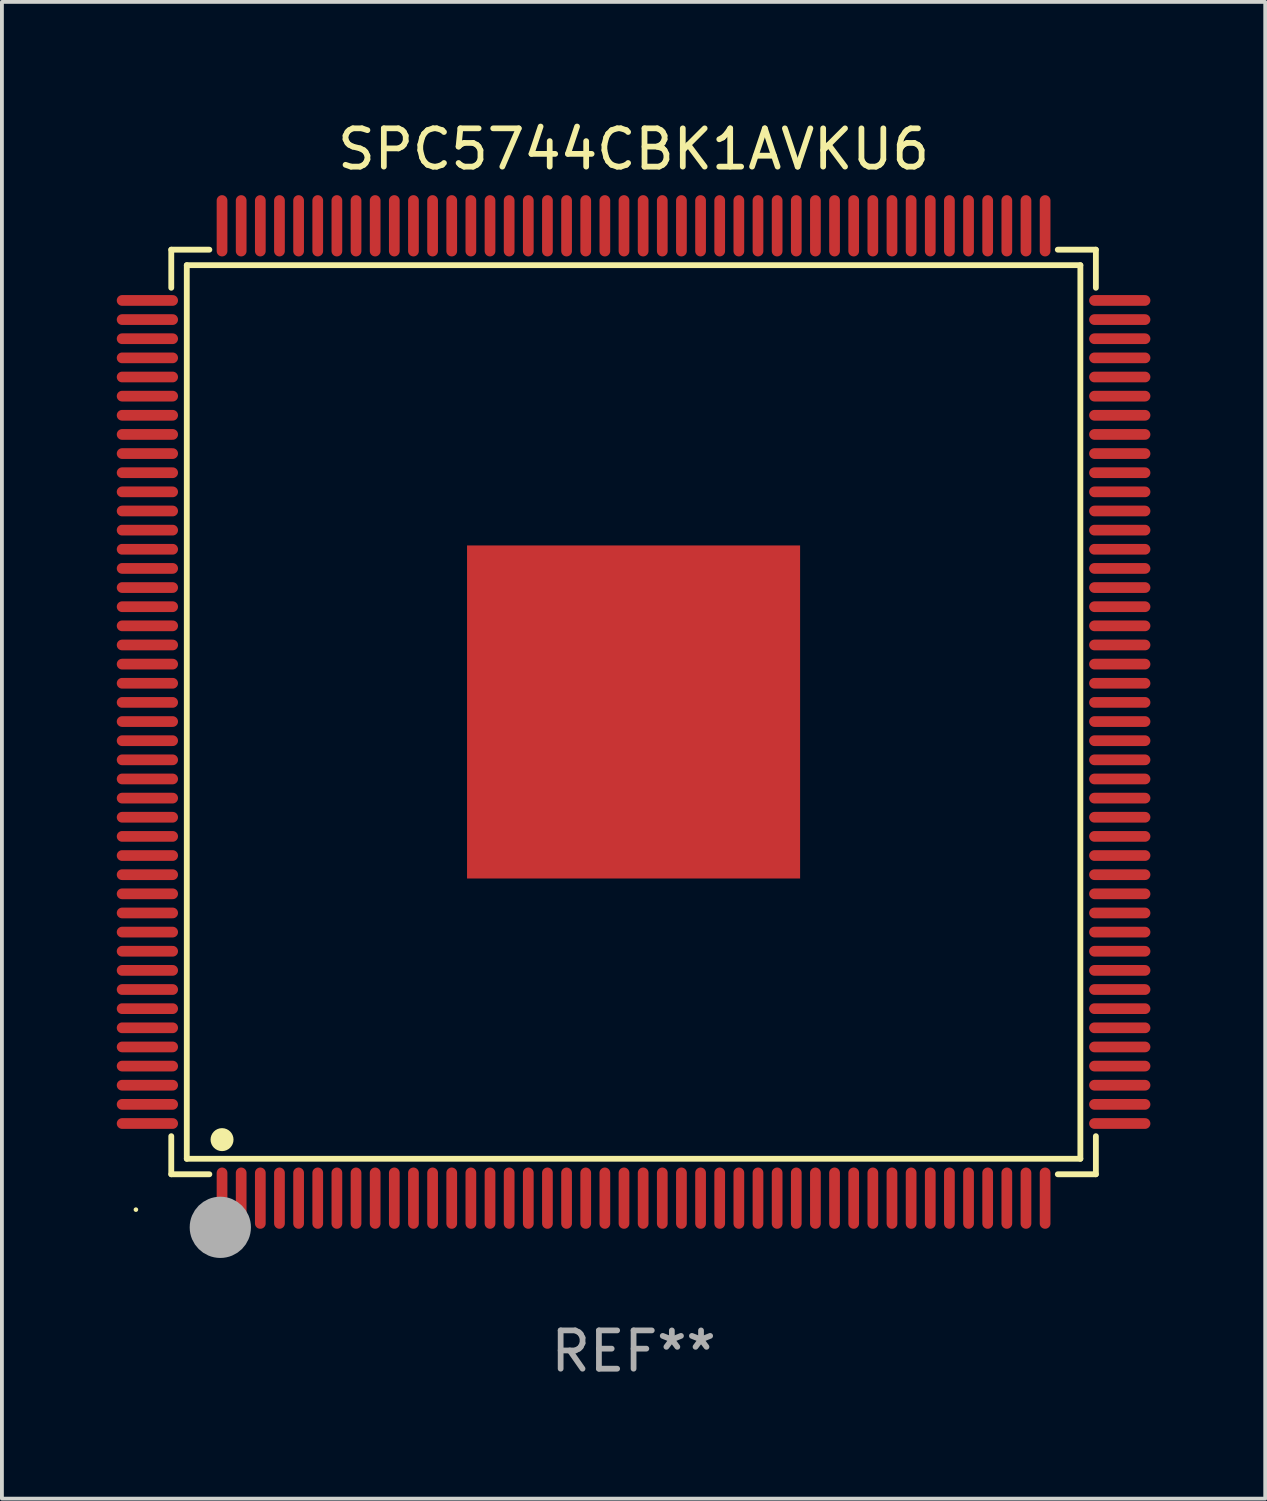
<source format=kicad_pcb>
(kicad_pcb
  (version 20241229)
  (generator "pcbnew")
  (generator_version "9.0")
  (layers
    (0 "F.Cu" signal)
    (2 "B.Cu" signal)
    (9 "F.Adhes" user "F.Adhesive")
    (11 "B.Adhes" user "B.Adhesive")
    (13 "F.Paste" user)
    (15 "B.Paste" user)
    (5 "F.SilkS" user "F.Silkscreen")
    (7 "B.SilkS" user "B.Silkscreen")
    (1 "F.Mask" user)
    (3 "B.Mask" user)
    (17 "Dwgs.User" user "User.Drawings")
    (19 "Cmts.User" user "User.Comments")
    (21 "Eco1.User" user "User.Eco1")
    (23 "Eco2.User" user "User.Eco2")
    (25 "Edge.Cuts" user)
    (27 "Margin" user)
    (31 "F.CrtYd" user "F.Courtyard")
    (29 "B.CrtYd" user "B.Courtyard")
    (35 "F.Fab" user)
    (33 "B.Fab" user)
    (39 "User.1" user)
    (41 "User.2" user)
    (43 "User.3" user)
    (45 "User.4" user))
  (footprint "SPC5744CBK1AVKU6"
    (layer "F.Cu")
    (at 13.5 15.548)
    (property "Reference" "SPC5744CBK1AVKU6" (at 0 -14.7 0) (layer "F.SilkS") (effects (font (size 1 1) (thickness 0.15))))
    (attr through_hole)
    (fp_line (start -12.076 -12.076) (end -11.081 -12.076) (stroke (width 0.152) (type solid)) (layer "F.SilkS"))
    (fp_line (start -12.076 -11.081) (end -12.076 -12.076) (stroke (width 0.152) (type solid)) (layer "F.SilkS"))
    (fp_line (start -12.076 11.081) (end -12.076 12.076) (stroke (width 0.152) (type solid)) (layer "F.SilkS"))
    (fp_line (start -12.076 12.076) (end -11.081 12.076) (stroke (width 0.152) (type solid)) (layer "F.SilkS"))
    (fp_line (start -11.671 -11.671) (end 11.671 -11.671) (stroke (width 0.152) (type solid)) (layer "F.SilkS"))
    (fp_line (start -11.671 11.671) (end -11.671 -11.671) (stroke (width 0.152) (type solid)) (layer "F.SilkS"))
    (fp_line (start 11.671 -11.671) (end 11.671 11.671) (stroke (width 0.152) (type solid)) (layer "F.SilkS"))
    (fp_line (start 11.671 11.671) (end -11.671 11.671) (stroke (width 0.152) (type solid)) (layer "F.SilkS"))
    (fp_line (start 12.076 -12.076) (end 11.081 -12.076) (stroke (width 0.152) (type solid)) (layer "F.SilkS"))
    (fp_line (start 12.076 -11.081) (end 12.076 -12.076) (stroke (width 0.152) (type solid)) (layer "F.SilkS"))
    (fp_line (start 12.076 11.081) (end 12.076 12.076) (stroke (width 0.152) (type solid)) (layer "F.SilkS"))
    (fp_line (start 12.076 12.076) (end 11.081 12.076) (stroke (width 0.152) (type solid)) (layer "F.SilkS"))
    (fp_circle (center -13 13) (end -12.97 13) (stroke (width 0.06) (type solid)) (fill no) (layer "F.SilkS"))
    (fp_circle (center -10.75 11.171) (end -10.6 11.171) (stroke (width 0.3) (type solid)) (fill no) (layer "F.SilkS"))
    (fp_circle (center -10.75 13.8) (end -10.65 13.8) (stroke (width 0.2) (type solid)) (fill no) (layer "F.SilkS"))
    (fp_circle (center -10.795 13.462) (end -10.395 13.462) (stroke (width 0.8) (type solid)) (fill no) (layer "F.Fab"))
    (fp_text user "REF**" (at 0 16.7 0) (layer "F.Fab") (effects (font (size 1 1) (thickness 0.15))))
    (pad "1" smd oval (at -10.75 12.7) (size 0.28 1.6) (layers "F.Cu" "F.Mask" "F.Paste"))
    (pad "2" smd oval (at -10.25 12.7) (size 0.28 1.6) (layers "F.Cu" "F.Mask" "F.Paste"))
    (pad "3" smd oval (at -9.75 12.7) (size 0.28 1.6) (layers "F.Cu" "F.Mask" "F.Paste"))
    (pad "4" smd oval (at -9.25 12.7) (size 0.28 1.6) (layers "F.Cu" "F.Mask" "F.Paste"))
    (pad "5" smd oval (at -8.75 12.7) (size 0.28 1.6) (layers "F.Cu" "F.Mask" "F.Paste"))
    (pad "6" smd oval (at -8.25 12.7) (size 0.28 1.6) (layers "F.Cu" "F.Mask" "F.Paste"))
    (pad "7" smd oval (at -7.75 12.7) (size 0.28 1.6) (layers "F.Cu" "F.Mask" "F.Paste"))
    (pad "8" smd oval (at -7.25 12.7) (size 0.28 1.6) (layers "F.Cu" "F.Mask" "F.Paste"))
    (pad "9" smd oval (at -6.75 12.7) (size 0.28 1.6) (layers "F.Cu" "F.Mask" "F.Paste"))
    (pad "10" smd oval (at -6.25 12.7) (size 0.28 1.6) (layers "F.Cu" "F.Mask" "F.Paste"))
    (pad "11" smd oval (at -5.75 12.7) (size 0.28 1.6) (layers "F.Cu" "F.Mask" "F.Paste"))
    (pad "12" smd oval (at -5.25 12.7) (size 0.28 1.6) (layers "F.Cu" "F.Mask" "F.Paste"))
    (pad "13" smd oval (at -4.75 12.7) (size 0.28 1.6) (layers "F.Cu" "F.Mask" "F.Paste"))
    (pad "14" smd oval (at -4.25 12.7) (size 0.28 1.6) (layers "F.Cu" "F.Mask" "F.Paste"))
    (pad "15" smd oval (at -3.75 12.7) (size 0.28 1.6) (layers "F.Cu" "F.Mask" "F.Paste"))
    (pad "16" smd oval (at -3.25 12.7) (size 0.28 1.6) (layers "F.Cu" "F.Mask" "F.Paste"))
    (pad "17" smd oval (at -2.75 12.7) (size 0.28 1.6) (layers "F.Cu" "F.Mask" "F.Paste"))
    (pad "18" smd oval (at -2.25 12.7) (size 0.28 1.6) (layers "F.Cu" "F.Mask" "F.Paste"))
    (pad "19" smd oval (at -1.75 12.7) (size 0.28 1.6) (layers "F.Cu" "F.Mask" "F.Paste"))
    (pad "20" smd oval (at -1.25 12.7) (size 0.28 1.6) (layers "F.Cu" "F.Mask" "F.Paste"))
    (pad "21" smd oval (at -0.75 12.7) (size 0.28 1.6) (layers "F.Cu" "F.Mask" "F.Paste"))
    (pad "22" smd oval (at -0.25 12.7) (size 0.28 1.6) (layers "F.Cu" "F.Mask" "F.Paste"))
    (pad "23" smd oval (at 0.25 12.7) (size 0.28 1.6) (layers "F.Cu" "F.Mask" "F.Paste"))
    (pad "24" smd oval (at 0.75 12.7) (size 0.28 1.6) (layers "F.Cu" "F.Mask" "F.Paste"))
    (pad "25" smd oval (at 1.25 12.7) (size 0.28 1.6) (layers "F.Cu" "F.Mask" "F.Paste"))
    (pad "26" smd oval (at 1.75 12.7) (size 0.28 1.6) (layers "F.Cu" "F.Mask" "F.Paste"))
    (pad "27" smd oval (at 2.25 12.7) (size 0.28 1.6) (layers "F.Cu" "F.Mask" "F.Paste"))
    (pad "28" smd oval (at 2.75 12.7) (size 0.28 1.6) (layers "F.Cu" "F.Mask" "F.Paste"))
    (pad "29" smd oval (at 3.25 12.7) (size 0.28 1.6) (layers "F.Cu" "F.Mask" "F.Paste"))
    (pad "30" smd oval (at 3.75 12.7) (size 0.28 1.6) (layers "F.Cu" "F.Mask" "F.Paste"))
    (pad "31" smd oval (at 4.25 12.7) (size 0.28 1.6) (layers "F.Cu" "F.Mask" "F.Paste"))
    (pad "32" smd oval (at 4.75 12.7) (size 0.28 1.6) (layers "F.Cu" "F.Mask" "F.Paste"))
    (pad "33" smd oval (at 5.25 12.7) (size 0.28 1.6) (layers "F.Cu" "F.Mask" "F.Paste"))
    (pad "34" smd oval (at 5.75 12.7) (size 0.28 1.6) (layers "F.Cu" "F.Mask" "F.Paste"))
    (pad "35" smd oval (at 6.25 12.7) (size 0.28 1.6) (layers "F.Cu" "F.Mask" "F.Paste"))
    (pad "36" smd oval (at 6.75 12.7) (size 0.28 1.6) (layers "F.Cu" "F.Mask" "F.Paste"))
    (pad "37" smd oval (at 7.25 12.7) (size 0.28 1.6) (layers "F.Cu" "F.Mask" "F.Paste"))
    (pad "38" smd oval (at 7.75 12.7) (size 0.28 1.6) (layers "F.Cu" "F.Mask" "F.Paste"))
    (pad "39" smd oval (at 8.25 12.7) (size 0.28 1.6) (layers "F.Cu" "F.Mask" "F.Paste"))
    (pad "40" smd oval (at 8.75 12.7) (size 0.28 1.6) (layers "F.Cu" "F.Mask" "F.Paste"))
    (pad "41" smd oval (at 9.25 12.7) (size 0.28 1.6) (layers "F.Cu" "F.Mask" "F.Paste"))
    (pad "42" smd oval (at 9.75 12.7) (size 0.28 1.6) (layers "F.Cu" "F.Mask" "F.Paste"))
    (pad "43" smd oval (at 10.25 12.7) (size 0.28 1.6) (layers "F.Cu" "F.Mask" "F.Paste"))
    (pad "44" smd oval (at 10.75 12.7) (size 0.28 1.6) (layers "F.Cu" "F.Mask" "F.Paste"))
    (pad "45" smd oval (at 12.7 10.75) (size 1.6 0.28) (layers "F.Cu" "F.Mask" "F.Paste"))
    (pad "46" smd oval (at 12.7 10.25) (size 1.6 0.28) (layers "F.Cu" "F.Mask" "F.Paste"))
    (pad "47" smd oval (at 12.7 9.75) (size 1.6 0.28) (layers "F.Cu" "F.Mask" "F.Paste"))
    (pad "48" smd oval (at 12.7 9.25) (size 1.6 0.28) (layers "F.Cu" "F.Mask" "F.Paste"))
    (pad "49" smd oval (at 12.7 8.75) (size 1.6 0.28) (layers "F.Cu" "F.Mask" "F.Paste"))
    (pad "50" smd oval (at 12.7 8.25) (size 1.6 0.28) (layers "F.Cu" "F.Mask" "F.Paste"))
    (pad "51" smd oval (at 12.7 7.75) (size 1.6 0.28) (layers "F.Cu" "F.Mask" "F.Paste"))
    (pad "52" smd oval (at 12.7 7.25) (size 1.6 0.28) (layers "F.Cu" "F.Mask" "F.Paste"))
    (pad "53" smd oval (at 12.7 6.75) (size 1.6 0.28) (layers "F.Cu" "F.Mask" "F.Paste"))
    (pad "54" smd oval (at 12.7 6.25) (size 1.6 0.28) (layers "F.Cu" "F.Mask" "F.Paste"))
    (pad "55" smd oval (at 12.7 5.75) (size 1.6 0.28) (layers "F.Cu" "F.Mask" "F.Paste"))
    (pad "56" smd oval (at 12.7 5.25) (size 1.6 0.28) (layers "F.Cu" "F.Mask" "F.Paste"))
    (pad "57" smd oval (at 12.7 4.75) (size 1.6 0.28) (layers "F.Cu" "F.Mask" "F.Paste"))
    (pad "58" smd oval (at 12.7 4.25) (size 1.6 0.28) (layers "F.Cu" "F.Mask" "F.Paste"))
    (pad "59" smd oval (at 12.7 3.75) (size 1.6 0.28) (layers "F.Cu" "F.Mask" "F.Paste"))
    (pad "60" smd oval (at 12.7 3.25) (size 1.6 0.28) (layers "F.Cu" "F.Mask" "F.Paste"))
    (pad "61" smd oval (at 12.7 2.75) (size 1.6 0.28) (layers "F.Cu" "F.Mask" "F.Paste"))
    (pad "62" smd oval (at 12.7 2.25) (size 1.6 0.28) (layers "F.Cu" "F.Mask" "F.Paste"))
    (pad "63" smd oval (at 12.7 1.75) (size 1.6 0.28) (layers "F.Cu" "F.Mask" "F.Paste"))
    (pad "64" smd oval (at 12.7 1.25) (size 1.6 0.28) (layers "F.Cu" "F.Mask" "F.Paste"))
    (pad "65" smd oval (at 12.7 0.75) (size 1.6 0.28) (layers "F.Cu" "F.Mask" "F.Paste"))
    (pad "66" smd oval (at 12.7 0.25) (size 1.6 0.28) (layers "F.Cu" "F.Mask" "F.Paste"))
    (pad "67" smd oval (at 12.7 -0.25) (size 1.6 0.28) (layers "F.Cu" "F.Mask" "F.Paste"))
    (pad "68" smd oval (at 12.7 -0.75) (size 1.6 0.28) (layers "F.Cu" "F.Mask" "F.Paste"))
    (pad "69" smd oval (at 12.7 -1.25) (size 1.6 0.28) (layers "F.Cu" "F.Mask" "F.Paste"))
    (pad "70" smd oval (at 12.7 -1.75) (size 1.6 0.28) (layers "F.Cu" "F.Mask" "F.Paste"))
    (pad "71" smd oval (at 12.7 -2.25) (size 1.6 0.28) (layers "F.Cu" "F.Mask" "F.Paste"))
    (pad "72" smd oval (at 12.7 -2.75) (size 1.6 0.28) (layers "F.Cu" "F.Mask" "F.Paste"))
    (pad "73" smd oval (at 12.7 -3.25) (size 1.6 0.28) (layers "F.Cu" "F.Mask" "F.Paste"))
    (pad "74" smd oval (at 12.7 -3.75) (size 1.6 0.28) (layers "F.Cu" "F.Mask" "F.Paste"))
    (pad "75" smd oval (at 12.7 -4.25) (size 1.6 0.28) (layers "F.Cu" "F.Mask" "F.Paste"))
    (pad "76" smd oval (at 12.7 -4.75) (size 1.6 0.28) (layers "F.Cu" "F.Mask" "F.Paste"))
    (pad "77" smd oval (at 12.7 -5.25) (size 1.6 0.28) (layers "F.Cu" "F.Mask" "F.Paste"))
    (pad "78" smd oval (at 12.7 -5.75) (size 1.6 0.28) (layers "F.Cu" "F.Mask" "F.Paste"))
    (pad "79" smd oval (at 12.7 -6.25) (size 1.6 0.28) (layers "F.Cu" "F.Mask" "F.Paste"))
    (pad "80" smd oval (at 12.7 -6.75) (size 1.6 0.28) (layers "F.Cu" "F.Mask" "F.Paste"))
    (pad "81" smd oval (at 12.7 -7.25) (size 1.6 0.28) (layers "F.Cu" "F.Mask" "F.Paste"))
    (pad "82" smd oval (at 12.7 -7.75) (size 1.6 0.28) (layers "F.Cu" "F.Mask" "F.Paste"))
    (pad "83" smd oval (at 12.7 -8.25) (size 1.6 0.28) (layers "F.Cu" "F.Mask" "F.Paste"))
    (pad "84" smd oval (at 12.7 -8.75) (size 1.6 0.28) (layers "F.Cu" "F.Mask" "F.Paste"))
    (pad "85" smd oval (at 12.7 -9.25) (size 1.6 0.28) (layers "F.Cu" "F.Mask" "F.Paste"))
    (pad "86" smd oval (at 12.7 -9.75) (size 1.6 0.28) (layers "F.Cu" "F.Mask" "F.Paste"))
    (pad "87" smd oval (at 12.7 -10.25) (size 1.6 0.28) (layers "F.Cu" "F.Mask" "F.Paste"))
    (pad "88" smd oval (at 12.7 -10.75) (size 1.6 0.28) (layers "F.Cu" "F.Mask" "F.Paste"))
    (pad "89" smd oval (at 10.75 -12.7) (size 0.28 1.6) (layers "F.Cu" "F.Mask" "F.Paste"))
    (pad "90" smd oval (at 10.25 -12.7) (size 0.28 1.6) (layers "F.Cu" "F.Mask" "F.Paste"))
    (pad "91" smd oval (at 9.75 -12.7) (size 0.28 1.6) (layers "F.Cu" "F.Mask" "F.Paste"))
    (pad "92" smd oval (at 9.25 -12.7) (size 0.28 1.6) (layers "F.Cu" "F.Mask" "F.Paste"))
    (pad "93" smd oval (at 8.75 -12.7) (size 0.28 1.6) (layers "F.Cu" "F.Mask" "F.Paste"))
    (pad "94" smd oval (at 8.25 -12.7) (size 0.28 1.6) (layers "F.Cu" "F.Mask" "F.Paste"))
    (pad "95" smd oval (at 7.75 -12.7) (size 0.28 1.6) (layers "F.Cu" "F.Mask" "F.Paste"))
    (pad "96" smd oval (at 7.25 -12.7) (size 0.28 1.6) (layers "F.Cu" "F.Mask" "F.Paste"))
    (pad "97" smd oval (at 6.75 -12.7) (size 0.28 1.6) (layers "F.Cu" "F.Mask" "F.Paste"))
    (pad "98" smd oval (at 6.25 -12.7) (size 0.28 1.6) (layers "F.Cu" "F.Mask" "F.Paste"))
    (pad "99" smd oval (at 5.75 -12.7) (size 0.28 1.6) (layers "F.Cu" "F.Mask" "F.Paste"))
    (pad "100" smd oval (at 5.25 -12.7) (size 0.28 1.6) (layers "F.Cu" "F.Mask" "F.Paste"))
    (pad "101" smd oval (at 4.75 -12.7) (size 0.28 1.6) (layers "F.Cu" "F.Mask" "F.Paste"))
    (pad "102" smd oval (at 4.25 -12.7) (size 0.28 1.6) (layers "F.Cu" "F.Mask" "F.Paste"))
    (pad "103" smd oval (at 3.75 -12.7) (size 0.28 1.6) (layers "F.Cu" "F.Mask" "F.Paste"))
    (pad "104" smd oval (at 3.25 -12.7) (size 0.28 1.6) (layers "F.Cu" "F.Mask" "F.Paste"))
    (pad "105" smd oval (at 2.75 -12.7) (size 0.28 1.6) (layers "F.Cu" "F.Mask" "F.Paste"))
    (pad "106" smd oval (at 2.25 -12.7) (size 0.28 1.6) (layers "F.Cu" "F.Mask" "F.Paste"))
    (pad "107" smd oval (at 1.75 -12.7) (size 0.28 1.6) (layers "F.Cu" "F.Mask" "F.Paste"))
    (pad "108" smd oval (at 1.25 -12.7) (size 0.28 1.6) (layers "F.Cu" "F.Mask" "F.Paste"))
    (pad "109" smd oval (at 0.75 -12.7) (size 0.28 1.6) (layers "F.Cu" "F.Mask" "F.Paste"))
    (pad "110" smd oval (at 0.25 -12.7) (size 0.28 1.6) (layers "F.Cu" "F.Mask" "F.Paste"))
    (pad "111" smd oval (at -0.25 -12.7) (size 0.28 1.6) (layers "F.Cu" "F.Mask" "F.Paste"))
    (pad "112" smd oval (at -0.75 -12.7) (size 0.28 1.6) (layers "F.Cu" "F.Mask" "F.Paste"))
    (pad "113" smd oval (at -1.25 -12.7) (size 0.28 1.6) (layers "F.Cu" "F.Mask" "F.Paste"))
    (pad "114" smd oval (at -1.75 -12.7) (size 0.28 1.6) (layers "F.Cu" "F.Mask" "F.Paste"))
    (pad "115" smd oval (at -2.25 -12.7) (size 0.28 1.6) (layers "F.Cu" "F.Mask" "F.Paste"))
    (pad "116" smd oval (at -2.75 -12.7) (size 0.28 1.6) (layers "F.Cu" "F.Mask" "F.Paste"))
    (pad "117" smd oval (at -3.25 -12.7) (size 0.28 1.6) (layers "F.Cu" "F.Mask" "F.Paste"))
    (pad "118" smd oval (at -3.75 -12.7) (size 0.28 1.6) (layers "F.Cu" "F.Mask" "F.Paste"))
    (pad "119" smd oval (at -4.25 -12.7) (size 0.28 1.6) (layers "F.Cu" "F.Mask" "F.Paste"))
    (pad "120" smd oval (at -4.75 -12.7) (size 0.28 1.6) (layers "F.Cu" "F.Mask" "F.Paste"))
    (pad "121" smd oval (at -5.25 -12.7) (size 0.28 1.6) (layers "F.Cu" "F.Mask" "F.Paste"))
    (pad "122" smd oval (at -5.75 -12.7) (size 0.28 1.6) (layers "F.Cu" "F.Mask" "F.Paste"))
    (pad "123" smd oval (at -6.25 -12.7) (size 0.28 1.6) (layers "F.Cu" "F.Mask" "F.Paste"))
    (pad "124" smd oval (at -6.75 -12.7) (size 0.28 1.6) (layers "F.Cu" "F.Mask" "F.Paste"))
    (pad "125" smd oval (at -7.25 -12.7) (size 0.28 1.6) (layers "F.Cu" "F.Mask" "F.Paste"))
    (pad "126" smd oval (at -7.75 -12.7) (size 0.28 1.6) (layers "F.Cu" "F.Mask" "F.Paste"))
    (pad "127" smd oval (at -8.25 -12.7) (size 0.28 1.6) (layers "F.Cu" "F.Mask" "F.Paste"))
    (pad "128" smd oval (at -8.75 -12.7) (size 0.28 1.6) (layers "F.Cu" "F.Mask" "F.Paste"))
    (pad "129" smd oval (at -9.25 -12.7) (size 0.28 1.6) (layers "F.Cu" "F.Mask" "F.Paste"))
    (pad "130" smd oval (at -9.75 -12.7) (size 0.28 1.6) (layers "F.Cu" "F.Mask" "F.Paste"))
    (pad "131" smd oval (at -10.25 -12.7) (size 0.28 1.6) (layers "F.Cu" "F.Mask" "F.Paste"))
    (pad "132" smd oval (at -10.75 -12.7) (size 0.28 1.6) (layers "F.Cu" "F.Mask" "F.Paste"))
    (pad "133" smd oval (at -12.7 -10.75) (size 1.6 0.28) (layers "F.Cu" "F.Mask" "F.Paste"))
    (pad "134" smd oval (at -12.7 -10.25) (size 1.6 0.28) (layers "F.Cu" "F.Mask" "F.Paste"))
    (pad "135" smd oval (at -12.7 -9.75) (size 1.6 0.28) (layers "F.Cu" "F.Mask" "F.Paste"))
    (pad "136" smd oval (at -12.7 -9.25) (size 1.6 0.28) (layers "F.Cu" "F.Mask" "F.Paste"))
    (pad "137" smd oval (at -12.7 -8.75) (size 1.6 0.28) (layers "F.Cu" "F.Mask" "F.Paste"))
    (pad "138" smd oval (at -12.7 -8.25) (size 1.6 0.28) (layers "F.Cu" "F.Mask" "F.Paste"))
    (pad "139" smd oval (at -12.7 -7.75) (size 1.6 0.28) (layers "F.Cu" "F.Mask" "F.Paste"))
    (pad "140" smd oval (at -12.7 -7.25) (size 1.6 0.28) (layers "F.Cu" "F.Mask" "F.Paste"))
    (pad "141" smd oval (at -12.7 -6.75) (size 1.6 0.28) (layers "F.Cu" "F.Mask" "F.Paste"))
    (pad "142" smd oval (at -12.7 -6.25) (size 1.6 0.28) (layers "F.Cu" "F.Mask" "F.Paste"))
    (pad "143" smd oval (at -12.7 -5.75) (size 1.6 0.28) (layers "F.Cu" "F.Mask" "F.Paste"))
    (pad "144" smd oval (at -12.7 -5.25) (size 1.6 0.28) (layers "F.Cu" "F.Mask" "F.Paste"))
    (pad "145" smd oval (at -12.7 -4.75) (size 1.6 0.28) (layers "F.Cu" "F.Mask" "F.Paste"))
    (pad "146" smd oval (at -12.7 -4.25) (size 1.6 0.28) (layers "F.Cu" "F.Mask" "F.Paste"))
    (pad "147" smd oval (at -12.7 -3.75) (size 1.6 0.28) (layers "F.Cu" "F.Mask" "F.Paste"))
    (pad "148" smd oval (at -12.7 -3.25) (size 1.6 0.28) (layers "F.Cu" "F.Mask" "F.Paste"))
    (pad "149" smd oval (at -12.7 -2.75) (size 1.6 0.28) (layers "F.Cu" "F.Mask" "F.Paste"))
    (pad "150" smd oval (at -12.7 -2.25) (size 1.6 0.28) (layers "F.Cu" "F.Mask" "F.Paste"))
    (pad "151" smd oval (at -12.7 -1.75) (size 1.6 0.28) (layers "F.Cu" "F.Mask" "F.Paste"))
    (pad "152" smd oval (at -12.7 -1.25) (size 1.6 0.28) (layers "F.Cu" "F.Mask" "F.Paste"))
    (pad "153" smd oval (at -12.7 -0.75) (size 1.6 0.28) (layers "F.Cu" "F.Mask" "F.Paste"))
    (pad "154" smd oval (at -12.7 -0.25) (size 1.6 0.28) (layers "F.Cu" "F.Mask" "F.Paste"))
    (pad "155" smd oval (at -12.7 0.25) (size 1.6 0.28) (layers "F.Cu" "F.Mask" "F.Paste"))
    (pad "156" smd oval (at -12.7 0.75) (size 1.6 0.28) (layers "F.Cu" "F.Mask" "F.Paste"))
    (pad "157" smd oval (at -12.7 1.25) (size 1.6 0.28) (layers "F.Cu" "F.Mask" "F.Paste"))
    (pad "158" smd oval (at -12.7 1.75) (size 1.6 0.28) (layers "F.Cu" "F.Mask" "F.Paste"))
    (pad "159" smd oval (at -12.7 2.25) (size 1.6 0.28) (layers "F.Cu" "F.Mask" "F.Paste"))
    (pad "160" smd oval (at -12.7 2.75) (size 1.6 0.28) (layers "F.Cu" "F.Mask" "F.Paste"))
    (pad "161" smd oval (at -12.7 3.25) (size 1.6 0.28) (layers "F.Cu" "F.Mask" "F.Paste"))
    (pad "162" smd oval (at -12.7 3.75) (size 1.6 0.28) (layers "F.Cu" "F.Mask" "F.Paste"))
    (pad "163" smd oval (at -12.7 4.25) (size 1.6 0.28) (layers "F.Cu" "F.Mask" "F.Paste"))
    (pad "164" smd oval (at -12.7 4.75) (size 1.6 0.28) (layers "F.Cu" "F.Mask" "F.Paste"))
    (pad "165" smd oval (at -12.7 5.25) (size 1.6 0.28) (layers "F.Cu" "F.Mask" "F.Paste"))
    (pad "166" smd oval (at -12.7 5.75) (size 1.6 0.28) (layers "F.Cu" "F.Mask" "F.Paste"))
    (pad "167" smd oval (at -12.7 6.25) (size 1.6 0.28) (layers "F.Cu" "F.Mask" "F.Paste"))
    (pad "168" smd oval (at -12.7 6.75) (size 1.6 0.28) (layers "F.Cu" "F.Mask" "F.Paste"))
    (pad "169" smd oval (at -12.7 7.25) (size 1.6 0.28) (layers "F.Cu" "F.Mask" "F.Paste"))
    (pad "170" smd oval (at -12.7 7.75) (size 1.6 0.28) (layers "F.Cu" "F.Mask" "F.Paste"))
    (pad "171" smd oval (at -12.7 8.25) (size 1.6 0.28) (layers "F.Cu" "F.Mask" "F.Paste"))
    (pad "172" smd oval (at -12.7 8.75) (size 1.6 0.28) (layers "F.Cu" "F.Mask" "F.Paste"))
    (pad "173" smd oval (at -12.7 9.25) (size 1.6 0.28) (layers "F.Cu" "F.Mask" "F.Paste"))
    (pad "174" smd oval (at -12.7 9.75) (size 1.6 0.28) (layers "F.Cu" "F.Mask" "F.Paste"))
    (pad "175" smd oval (at -12.7 10.25) (size 1.6 0.28) (layers "F.Cu" "F.Mask" "F.Paste"))
    (pad "176" smd oval (at -12.7 10.75) (size 1.6 0.28) (layers "F.Cu" "F.Mask" "F.Paste"))
    (pad "177" smd rect (at 0 0) (size 8.7 8.7) (layers "F.Cu" "F.Mask" "F.Paste")))
  (gr_rect
    (start -3 -3)
    (end 30 36.097)
    (stroke (width 0.1) (type default))
    (fill no)
    (layer "Edge.Cuts")))
</source>
